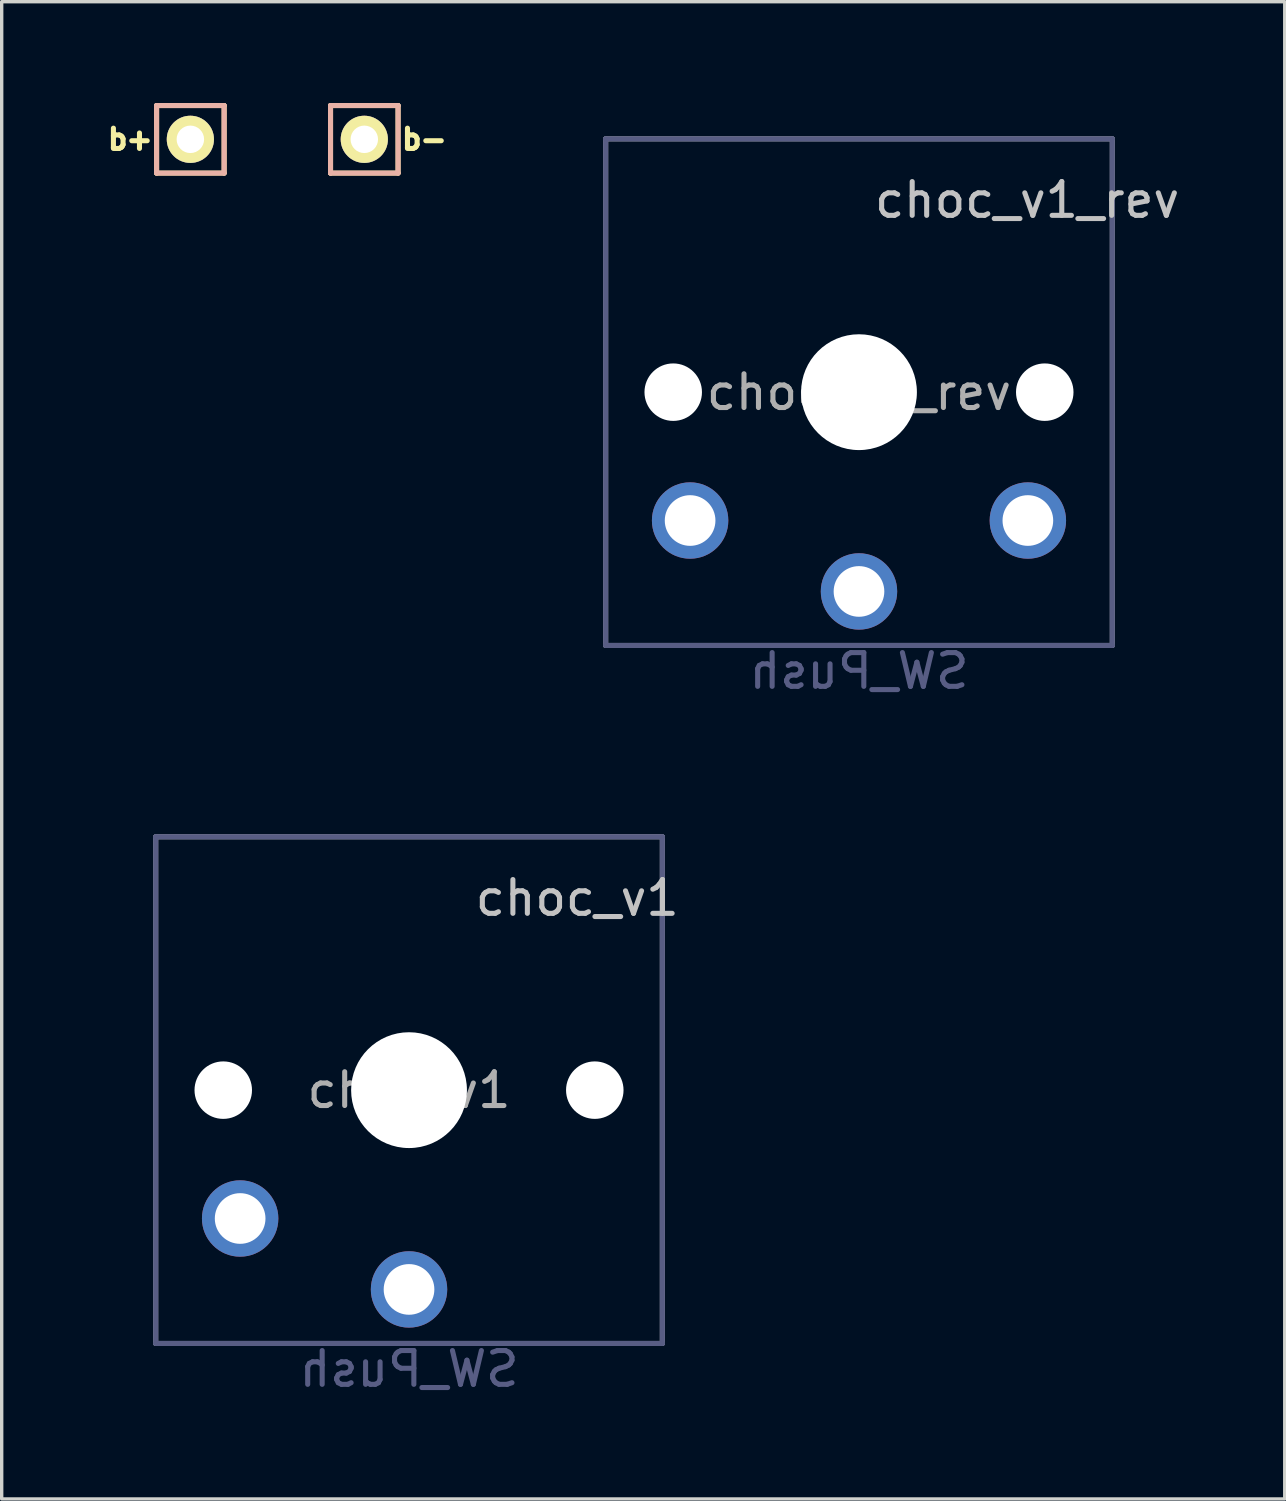
<source format=kicad_pcb>
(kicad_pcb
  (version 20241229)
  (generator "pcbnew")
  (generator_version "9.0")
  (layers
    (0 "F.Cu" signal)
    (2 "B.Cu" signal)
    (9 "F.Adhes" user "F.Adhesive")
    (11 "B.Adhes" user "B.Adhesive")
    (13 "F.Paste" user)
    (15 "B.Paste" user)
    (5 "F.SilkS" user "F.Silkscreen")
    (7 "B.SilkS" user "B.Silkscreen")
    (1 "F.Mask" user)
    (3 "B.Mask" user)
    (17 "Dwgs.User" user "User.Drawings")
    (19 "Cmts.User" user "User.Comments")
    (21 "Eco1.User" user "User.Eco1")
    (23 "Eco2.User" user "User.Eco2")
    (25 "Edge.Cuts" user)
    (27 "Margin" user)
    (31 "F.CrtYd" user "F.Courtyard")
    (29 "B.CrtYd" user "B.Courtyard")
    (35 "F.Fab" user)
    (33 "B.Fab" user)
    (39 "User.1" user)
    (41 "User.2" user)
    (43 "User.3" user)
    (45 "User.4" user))
  (footprint "choc_v1"
    (layer "F.Cu")
    (at 9.06 29.226)
    (property "Reference" "choc_v1" (at 4.98 -5.69 180) (layer "Dwgs.User") (effects (font (size 1 1) (thickness 0.15))))
    (property "Value" "SW_Push" (at -0.07 8.17 180) (layer "Dwgs.User") (hide yes) (effects (font (size 1 1) (thickness 0.15))))
    (attr through_hole)
    (fp_line (start -9 8.136) (end -8.994 -8.1) (stroke (width 0.12) (type solid)) (layer "Eco1.User"))
    (fp_line (start -8.63 -8.5) (end 8.6 -8.5) (stroke (width 0.12) (type solid)) (layer "Eco1.User"))
    (fp_line (start -8.6 8.5) (end 8.636 8.5) (stroke (width 0.12) (type solid)) (layer "Eco1.User"))
    (fp_line (start 9 8.1) (end 9 -8.136) (stroke (width 0.12) (type solid)) (layer "Eco1.User"))
    (fp_arc (start -8.994011 -8.099594) (mid -8.898745 -8.378652) (end -8.63 -8.5) (stroke (width 0.12) (type solid)) (layer "Eco1.User"))
    (fp_arc (start -8.6 8.49968) (mid -8.879058 8.404414) (end -9.000406 8.135669) (stroke (width 0.12) (type solid)) (layer "Eco1.User"))
    (fp_arc (start 8.599915 -8.5) (mid 8.878978 -8.404734) (end 9.000321 -8.135989) (stroke (width 0.12) (type solid)) (layer "Eco1.User"))
    (fp_arc (start 9 8.1) (mid 8.904724 8.37905) (end 8.635989 8.500406) (stroke (width 0.12) (type solid)) (layer "Eco1.User"))
    (fp_line (start -6.9 6.9) (end -6.9 -6.9) (stroke (width 0.15) (type solid)) (layer "Eco2.User"))
    (fp_line (start -6.9 6.9) (end 6.9 6.9) (stroke (width 0.15) (type solid)) (layer "Eco2.User"))
    (fp_line (start 6.9 -6.9) (end -6.9 -6.9) (stroke (width 0.15) (type solid)) (layer "Eco2.User"))
    (fp_line (start 6.9 -6.9) (end 6.9 6.9) (stroke (width 0.15) (type solid)) (layer "Eco2.User"))
    (fp_line (start -7.5 -7.5) (end 7.5 -7.5) (stroke (width 0.15) (type solid)) (layer "B.Fab"))
    (fp_line (start -7.5 7.5) (end -7.5 -7.5) (stroke (width 0.15) (type solid)) (layer "B.Fab"))
    (fp_line (start 7.5 -7.5) (end 7.5 7.5) (stroke (width 0.15) (type solid)) (layer "B.Fab"))
    (fp_line (start 7.5 7.5) (end -7.5 7.5) (stroke (width 0.15) (type solid)) (layer "B.Fab"))
    (fp_line (start -7.5 -7.5) (end 7.5 -7.5) (stroke (width 0.15) (type solid)) (layer "F.Fab"))
    (fp_line (start -7.5 7.5) (end -7.5 -7.5) (stroke (width 0.15) (type solid)) (layer "F.Fab"))
    (fp_line (start 7.5 -7.5) (end 7.5 7.5) (stroke (width 0.15) (type solid)) (layer "F.Fab"))
    (fp_line (start 7.5 7.5) (end -7.5 7.5) (stroke (width 0.15) (type solid)) (layer "F.Fab"))
    (fp_text user "${VALUE}" (at 0 8.255 0) (layer "B.Fab") (effects (font (size 1 1) (thickness 0.15)) (justify mirror)))
    (fp_text user "${REFERENCE}" (at 0 0 180) (layer "F.Fab") (effects (font (size 1 1) (thickness 0.15))))
    (pad "" np_thru_hole circle (at -5.5 0) (size 1.702 1.702) (drill 1.702) (layers "*.Cu" "*.Mask"))
    (pad "" np_thru_hole circle (at 0 0) (size 3.429 3.429) (drill 3.429) (layers "*.Cu" "*.Mask"))
    (pad "" np_thru_hole circle (at 5.5 0) (size 1.702 1.702) (drill 1.702) (layers "*.Cu" "*.Mask"))
    (pad "1" thru_hole circle (at 0 5.9) (size 2.262 2.262) (drill 1.5) (layers "*.Cu" "*.Mask"))
    (pad "2" thru_hole circle (at -5 3.8) (size 2.262 2.262) (drill 1.5) (layers "*.Cu" "*.Mask")))
  (footprint "choc_v1_rev"
    (layer "F.Cu")
    (at 22.382 8.561)
    (property "Reference" "choc_v1_rev" (at 4.98 -5.69 180) (layer "Dwgs.User") (effects (font (size 1 1) (thickness 0.15))))
    (property "Value" "SW_Push" (at -0.07 8.17 180) (layer "Dwgs.User") (hide yes) (effects (font (size 1 1) (thickness 0.15))))
    (attr through_hole)
    (fp_line (start -9 8.136) (end -8.994 -8.1) (stroke (width 0.12) (type solid)) (layer "Eco1.User"))
    (fp_line (start -8.63 -8.5) (end 8.6 -8.5) (stroke (width 0.12) (type solid)) (layer "Eco1.User"))
    (fp_line (start -8.6 8.5) (end 8.636 8.5) (stroke (width 0.12) (type solid)) (layer "Eco1.User"))
    (fp_line (start 9 8.1) (end 9 -8.136) (stroke (width 0.12) (type solid)) (layer "Eco1.User"))
    (fp_arc (start -8.994011 -8.099594) (mid -8.898745 -8.378652) (end -8.63 -8.5) (stroke (width 0.12) (type solid)) (layer "Eco1.User"))
    (fp_arc (start -8.6 8.49968) (mid -8.879058 8.404414) (end -9.000406 8.135669) (stroke (width 0.12) (type solid)) (layer "Eco1.User"))
    (fp_arc (start 8.599915 -8.5) (mid 8.878978 -8.404734) (end 9.000321 -8.135989) (stroke (width 0.12) (type solid)) (layer "Eco1.User"))
    (fp_arc (start 9 8.1) (mid 8.904724 8.37905) (end 8.635989 8.500406) (stroke (width 0.12) (type solid)) (layer "Eco1.User"))
    (fp_line (start -6.9 6.9) (end -6.9 -6.9) (stroke (width 0.15) (type solid)) (layer "Eco2.User"))
    (fp_line (start -6.9 6.9) (end 6.9 6.9) (stroke (width 0.15) (type solid)) (layer "Eco2.User"))
    (fp_line (start 6.9 -6.9) (end -6.9 -6.9) (stroke (width 0.15) (type solid)) (layer "Eco2.User"))
    (fp_line (start 6.9 -6.9) (end 6.9 6.9) (stroke (width 0.15) (type solid)) (layer "Eco2.User"))
    (fp_line (start -7.5 -7.5) (end 7.5 -7.5) (stroke (width 0.15) (type solid)) (layer "B.Fab"))
    (fp_line (start -7.5 7.5) (end -7.5 -7.5) (stroke (width 0.15) (type solid)) (layer "B.Fab"))
    (fp_line (start 7.5 -7.5) (end 7.5 7.5) (stroke (width 0.15) (type solid)) (layer "B.Fab"))
    (fp_line (start 7.5 7.5) (end -7.5 7.5) (stroke (width 0.15) (type solid)) (layer "B.Fab"))
    (fp_line (start -7.5 -7.5) (end 7.5 -7.5) (stroke (width 0.15) (type solid)) (layer "F.Fab"))
    (fp_line (start -7.5 7.5) (end -7.5 -7.5) (stroke (width 0.15) (type solid)) (layer "F.Fab"))
    (fp_line (start 7.5 -7.5) (end 7.5 7.5) (stroke (width 0.15) (type solid)) (layer "F.Fab"))
    (fp_line (start 7.5 7.5) (end -7.5 7.5) (stroke (width 0.15) (type solid)) (layer "F.Fab"))
    (fp_text user "${VALUE}" (at 0 8.255 0) (layer "B.Fab") (effects (font (size 1 1) (thickness 0.15)) (justify mirror)))
    (fp_text user "${REFERENCE}" (at 0 0 180) (layer "F.Fab") (effects (font (size 1 1) (thickness 0.15))))
    (pad "" np_thru_hole circle (at -5.5 0) (size 1.702 1.702) (drill 1.702) (layers "*.Cu" "*.Mask"))
    (pad "" np_thru_hole circle (at 0 0) (size 3.429 3.429) (drill 3.429) (layers "*.Cu" "*.Mask"))
    (pad "" np_thru_hole circle (at 5.5 0) (size 1.702 1.702) (drill 1.702) (layers "*.Cu" "*.Mask"))
    (pad "1" thru_hole circle (at 0 5.9) (size 2.262 2.262) (drill 1.5) (layers "*.Cu" "*.Mask"))
    (pad "2" thru_hole circle (at -5 3.8) (size 2.262 2.262) (drill 1.5) (layers "*.Cu" "*.Mask"))
    (pad "2" thru_hole circle (at 5 3.8) (size 2.262 2.262) (drill 1.5) (layers "*.Cu" "*.Mask")))
  (footprint "b+"
    (layer "F.Cu")
    (at 2.586 1.075)
    (property "Reference" "b+" (at -1.778 0 0) (layer "F.SilkS") (effects (font (size 0.6 0.6) (thickness 0.15))))
    (attr through_hole)
    (fp_line (start -1 -1) (end -1 1) (stroke (width 0.15) (type solid)) (layer "F.SilkS"))
    (fp_line (start -1 1) (end 1 1) (stroke (width 0.15) (type solid)) (layer "F.SilkS"))
    (fp_line (start 1 -1) (end -1 -1) (stroke (width 0.15) (type solid)) (layer "F.SilkS"))
    (fp_line (start 1 1) (end 1 -1) (stroke (width 0.15) (type solid)) (layer "F.SilkS"))
    (fp_line (start -1 -1) (end 1 -1) (stroke (width 0.15) (type solid)) (layer "B.SilkS"))
    (fp_line (start -1 1) (end -1 -1) (stroke (width 0.15) (type solid)) (layer "B.SilkS"))
    (fp_line (start 1 -1) (end 1 1) (stroke (width 0.15) (type solid)) (layer "B.SilkS"))
    (fp_line (start 1 1) (end -1 1) (stroke (width 0.15) (type solid)) (layer "B.SilkS"))
    (pad "1" thru_hole circle (at 0 0) (size 1.397 1.397) (drill 0.813) (layers "*.Cu" "*.Mask" "F.SilkS")))
  (footprint "b-"
    (layer "F.Cu")
    (at 7.736 1.075)
    (property "Reference" "b-" (at 1.778 0 0) (layer "F.SilkS") (effects (font (size 0.6 0.6) (thickness 0.15))))
    (attr through_hole)
    (fp_line (start -1 -1) (end -1 1) (stroke (width 0.15) (type solid)) (layer "F.SilkS"))
    (fp_line (start -1 1) (end 1 1) (stroke (width 0.15) (type solid)) (layer "F.SilkS"))
    (fp_line (start 1 -1) (end -1 -1) (stroke (width 0.15) (type solid)) (layer "F.SilkS"))
    (fp_line (start 1 1) (end 1 -1) (stroke (width 0.15) (type solid)) (layer "F.SilkS"))
    (fp_line (start -1 -1) (end 1 -1) (stroke (width 0.15) (type solid)) (layer "B.SilkS"))
    (fp_line (start -1 1) (end -1 -1) (stroke (width 0.15) (type solid)) (layer "B.SilkS"))
    (fp_line (start 1 -1) (end 1 1) (stroke (width 0.15) (type solid)) (layer "B.SilkS"))
    (fp_line (start 1 1) (end -1 1) (stroke (width 0.15) (type solid)) (layer "B.SilkS"))
    (pad "1" thru_hole circle (at 0 0) (size 1.397 1.397) (drill 0.813) (layers "*.Cu" "*.Mask" "F.SilkS")))
  (gr_rect
    (start -3 -3)
    (end 34.987 41.329)
    (stroke (width 0.1) (type default))
    (fill no)
    (layer "Edge.Cuts")))
</source>
